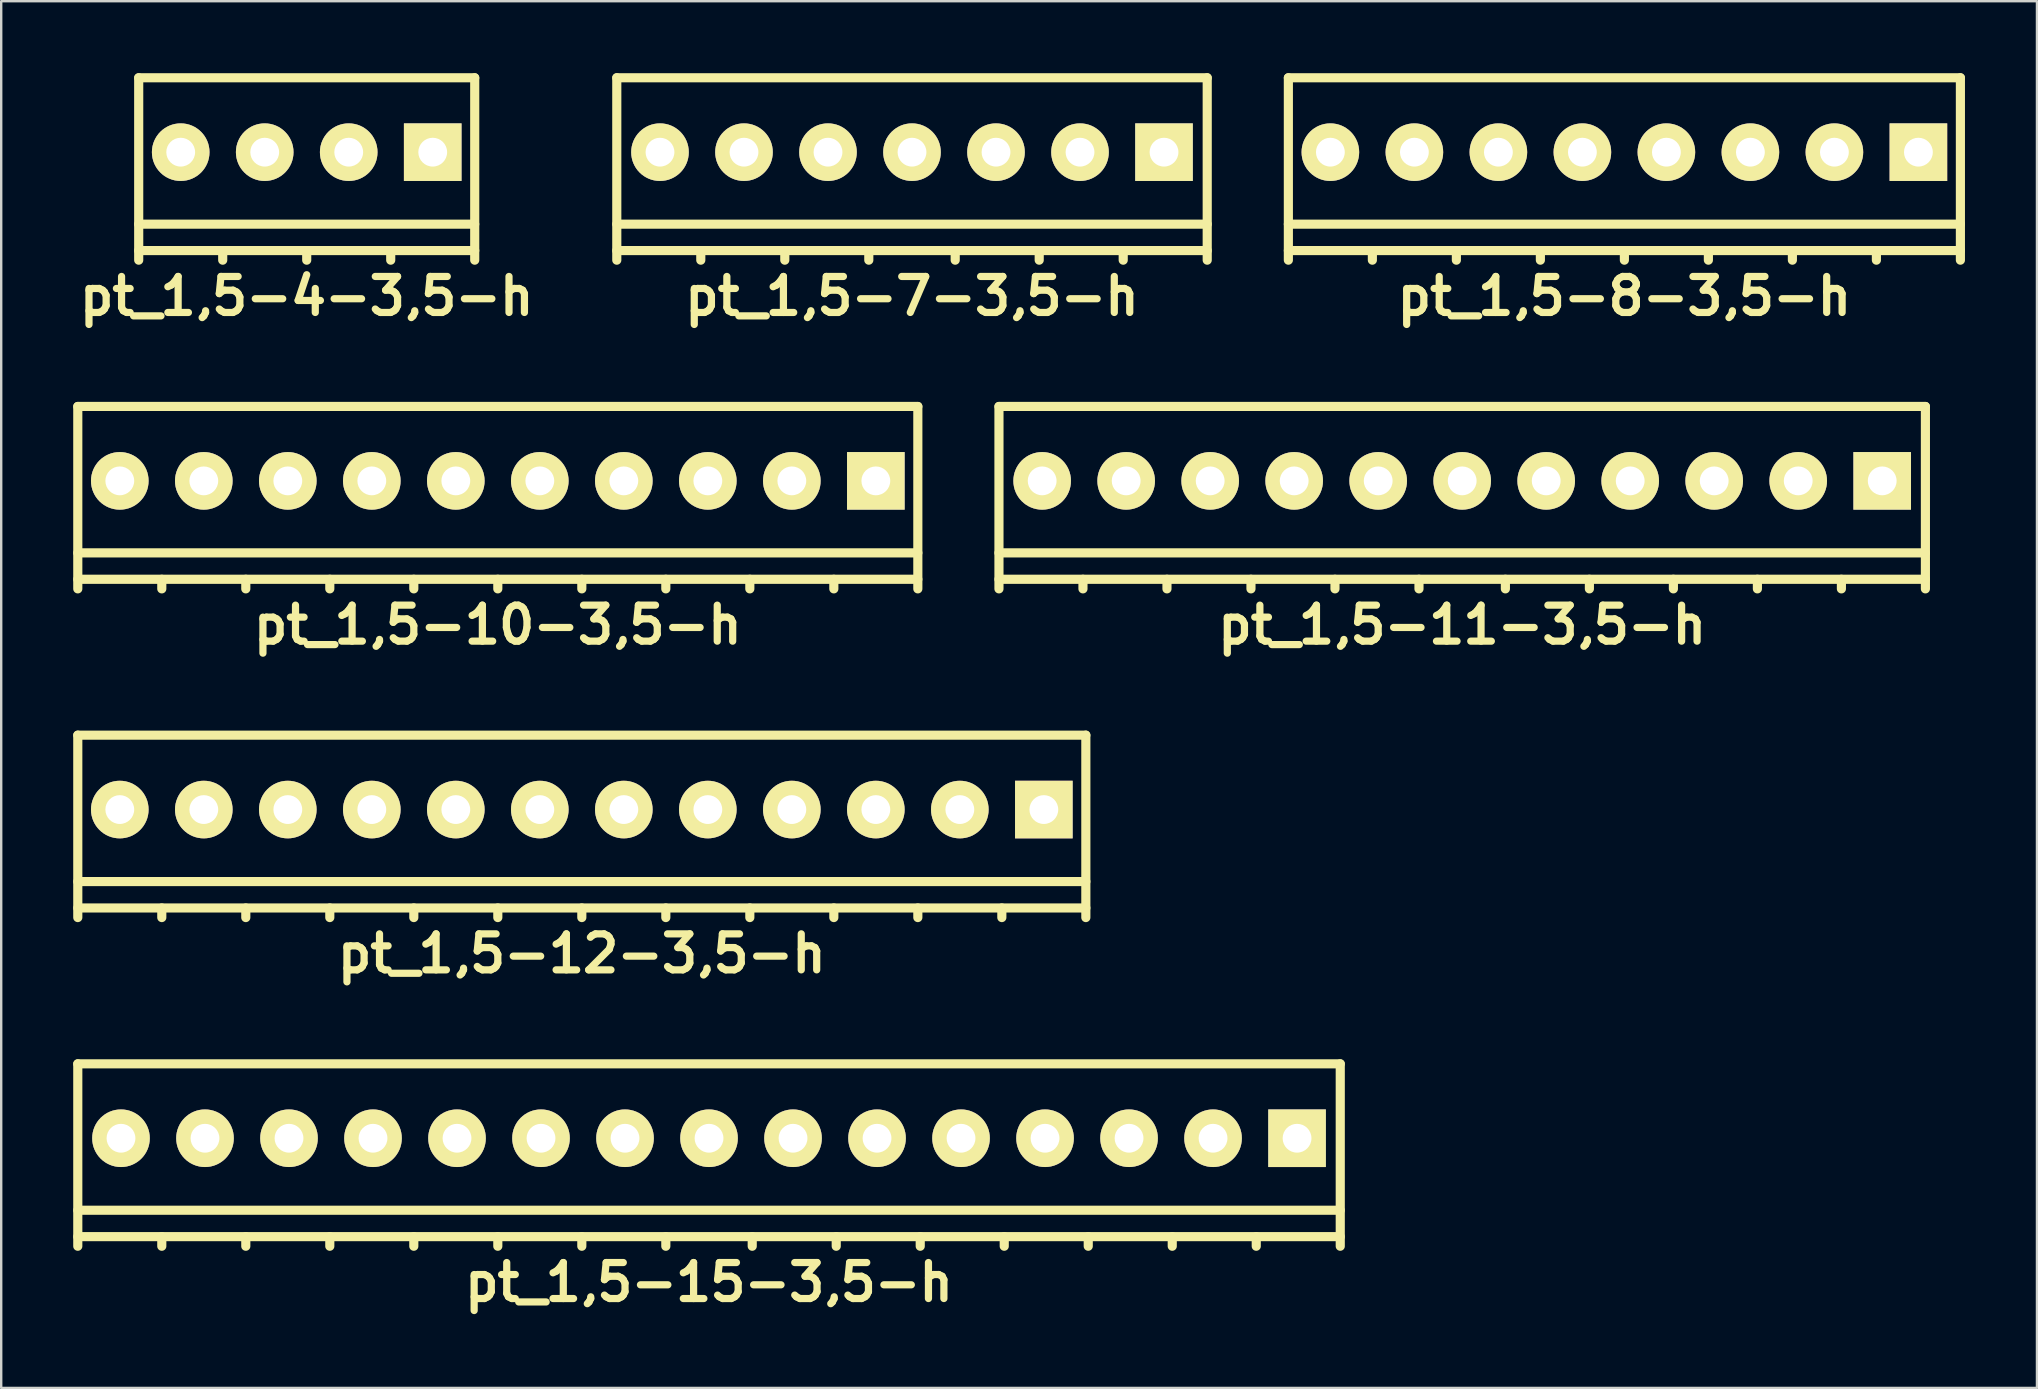
<source format=kicad_pcb>
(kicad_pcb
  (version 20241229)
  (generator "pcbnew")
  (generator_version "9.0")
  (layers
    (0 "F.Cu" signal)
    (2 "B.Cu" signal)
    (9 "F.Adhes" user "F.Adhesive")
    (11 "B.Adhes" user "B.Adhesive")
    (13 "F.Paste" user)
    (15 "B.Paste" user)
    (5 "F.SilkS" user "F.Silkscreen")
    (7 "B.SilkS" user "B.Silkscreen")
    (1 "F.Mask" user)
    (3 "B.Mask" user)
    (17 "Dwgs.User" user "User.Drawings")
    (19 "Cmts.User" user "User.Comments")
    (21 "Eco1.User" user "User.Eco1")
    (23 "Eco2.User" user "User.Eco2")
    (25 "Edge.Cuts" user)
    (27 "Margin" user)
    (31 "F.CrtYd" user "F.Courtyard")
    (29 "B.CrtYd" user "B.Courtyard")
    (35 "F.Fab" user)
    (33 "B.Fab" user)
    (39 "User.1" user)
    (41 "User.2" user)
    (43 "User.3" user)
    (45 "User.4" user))
  (footprint "pt_1,5-8-3,5-h"
    (layer "F.Cu")
    (at 64.629 3.99)
    (property "Reference" "pt_1,5-8-3,5-h" (at 0 5.3 0) (layer "F.SilkS") (effects (font (size 1.5 1.5) (thickness 0.3))))
    (attr through_hole)
    (fp_line (start -14 -3.8) (end -14 3.8) (stroke (width 0.381) (type solid)) (layer "F.SilkS"))
    (fp_line (start -14 2.3) (end 14 2.3) (stroke (width 0.381) (type solid)) (layer "F.SilkS"))
    (fp_line (start -14 3.4) (end 14 3.4) (stroke (width 0.381) (type solid)) (layer "F.SilkS"))
    (fp_line (start -10.5 3.4) (end -10.5 3.8) (stroke (width 0.381) (type solid)) (layer "F.SilkS"))
    (fp_line (start -7 3.4) (end -7 3.8) (stroke (width 0.381) (type solid)) (layer "F.SilkS"))
    (fp_line (start -3.5 3.4) (end -3.5 3.8) (stroke (width 0.381) (type solid)) (layer "F.SilkS"))
    (fp_line (start 0 3.4) (end 0 3.8) (stroke (width 0.381) (type solid)) (layer "F.SilkS"))
    (fp_line (start 3.5 3.4) (end 3.5 3.8) (stroke (width 0.381) (type solid)) (layer "F.SilkS"))
    (fp_line (start 7 3.4) (end 7 3.8) (stroke (width 0.381) (type solid)) (layer "F.SilkS"))
    (fp_line (start 10.5 3.4) (end 10.5 3.8) (stroke (width 0.381) (type solid)) (layer "F.SilkS"))
    (fp_line (start 14 -3.8) (end -14 -3.8) (stroke (width 0.381) (type solid)) (layer "F.SilkS"))
    (fp_line (start 14 3.8) (end 14 -3.8) (stroke (width 0.381) (type solid)) (layer "F.SilkS"))
    (pad "1" thru_hole rect (at 12.25 -0.7) (size 2.4 2.4) (drill 1.2) (layers "*.Cu" "*.Mask" "F.SilkS"))
    (pad "2" thru_hole circle (at 8.75 -0.7) (size 2.4 2.4) (drill 1.2) (layers "*.Cu" "*.Mask" "F.SilkS"))
    (pad "3" thru_hole circle (at 5.25 -0.7) (size 2.4 2.4) (drill 1.2) (layers "*.Cu" "*.Mask" "F.SilkS"))
    (pad "4" thru_hole circle (at 1.75 -0.7) (size 2.4 2.4) (drill 1.2) (layers "*.Cu" "*.Mask" "F.SilkS"))
    (pad "5" thru_hole circle (at -1.75 -0.7) (size 2.4 2.4) (drill 1.2) (layers "*.Cu" "*.Mask" "F.SilkS"))
    (pad "6" thru_hole circle (at -5.25 -0.7) (size 2.4 2.4) (drill 1.2) (layers "*.Cu" "*.Mask" "F.SilkS"))
    (pad "7" thru_hole circle (at -8.75 -0.7) (size 2.4 2.4) (drill 1.2) (layers "*.Cu" "*.Mask" "F.SilkS"))
    (pad "8" thru_hole circle (at -12.25 -0.7) (size 2.4 2.4) (drill 1.2) (layers "*.Cu" "*.Mask" "F.SilkS")))
  (footprint "pt_1,5-10-3,5-h"
    (layer "F.Cu")
    (at 17.691 17.685)
    (property "Reference" "pt_1,5-10-3,5-h" (at 0 5.3 0) (layer "F.SilkS") (effects (font (size 1.5 1.5) (thickness 0.3))))
    (attr through_hole)
    (fp_line (start -17.5 -3.8) (end -17.5 3.8) (stroke (width 0.381) (type solid)) (layer "F.SilkS"))
    (fp_line (start -17.5 2.3) (end 17.5 2.3) (stroke (width 0.381) (type solid)) (layer "F.SilkS"))
    (fp_line (start -17.5 3.4) (end 17.5 3.4) (stroke (width 0.381) (type solid)) (layer "F.SilkS"))
    (fp_line (start -14 3.4) (end -14 3.8) (stroke (width 0.381) (type solid)) (layer "F.SilkS"))
    (fp_line (start -10.5 3.4) (end -10.5 3.8) (stroke (width 0.381) (type solid)) (layer "F.SilkS"))
    (fp_line (start -7 3.4) (end -7 3.8) (stroke (width 0.381) (type solid)) (layer "F.SilkS"))
    (fp_line (start -3.5 3.4) (end -3.5 3.8) (stroke (width 0.381) (type solid)) (layer "F.SilkS"))
    (fp_line (start 0 3.4) (end 0 3.8) (stroke (width 0.381) (type solid)) (layer "F.SilkS"))
    (fp_line (start 3.5 3.4) (end 3.5 3.8) (stroke (width 0.381) (type solid)) (layer "F.SilkS"))
    (fp_line (start 7 3.4) (end 7 3.8) (stroke (width 0.381) (type solid)) (layer "F.SilkS"))
    (fp_line (start 10.5 3.4) (end 10.5 3.8) (stroke (width 0.381) (type solid)) (layer "F.SilkS"))
    (fp_line (start 14 3.4) (end 14 3.8) (stroke (width 0.381) (type solid)) (layer "F.SilkS"))
    (fp_line (start 17.5 -3.8) (end -17.5 -3.8) (stroke (width 0.381) (type solid)) (layer "F.SilkS"))
    (fp_line (start 17.5 3.8) (end 17.5 -3.8) (stroke (width 0.381) (type solid)) (layer "F.SilkS"))
    (pad "1" thru_hole rect (at 15.75 -0.7) (size 2.4 2.4) (drill 1.2) (layers "*.Cu" "*.Mask" "F.SilkS"))
    (pad "2" thru_hole circle (at 12.25 -0.7) (size 2.4 2.4) (drill 1.2) (layers "*.Cu" "*.Mask" "F.SilkS"))
    (pad "3" thru_hole circle (at 8.75 -0.7) (size 2.4 2.4) (drill 1.2) (layers "*.Cu" "*.Mask" "F.SilkS"))
    (pad "4" thru_hole circle (at 5.25 -0.7) (size 2.4 2.4) (drill 1.2) (layers "*.Cu" "*.Mask" "F.SilkS"))
    (pad "5" thru_hole circle (at 1.75 -0.7) (size 2.4 2.4) (drill 1.2) (layers "*.Cu" "*.Mask" "F.SilkS"))
    (pad "6" thru_hole circle (at -1.75 -0.7) (size 2.4 2.4) (drill 1.2) (layers "*.Cu" "*.Mask" "F.SilkS"))
    (pad "7" thru_hole circle (at -5.25 -0.7) (size 2.4 2.4) (drill 1.2) (layers "*.Cu" "*.Mask" "F.SilkS"))
    (pad "8" thru_hole circle (at -8.75 -0.7) (size 2.4 2.4) (drill 1.2) (layers "*.Cu" "*.Mask" "F.SilkS"))
    (pad "9" thru_hole circle (at -12.25 -0.7) (size 2.4 2.4) (drill 1.2) (layers "*.Cu" "*.Mask" "F.SilkS"))
    (pad "10" thru_hole circle (at -15.75 -0.7) (size 2.4 2.4) (drill 1.2) (layers "*.Cu" "*.Mask" "F.SilkS")))
  (footprint "pt_1,5-11-3,5-h"
    (layer "F.Cu")
    (at 57.871 17.685)
    (property "Reference" "pt_1,5-11-3,5-h" (at 0 5.3 0) (layer "F.SilkS") (effects (font (size 1.5 1.5) (thickness 0.3))))
    (attr through_hole)
    (fp_line (start -19.3 -3.8) (end -19.3 3.8) (stroke (width 0.381) (type solid)) (layer "F.SilkS"))
    (fp_line (start -19.3 2.3) (end 19.3 2.3) (stroke (width 0.381) (type solid)) (layer "F.SilkS"))
    (fp_line (start -19.3 3.4) (end 19.3 3.4) (stroke (width 0.381) (type solid)) (layer "F.SilkS"))
    (fp_line (start -15.8 3.4) (end -15.8 3.8) (stroke (width 0.381) (type solid)) (layer "F.SilkS"))
    (fp_line (start -12.3 3.4) (end -12.3 3.8) (stroke (width 0.381) (type solid)) (layer "F.SilkS"))
    (fp_line (start -8.8 3.4) (end -8.8 3.8) (stroke (width 0.381) (type solid)) (layer "F.SilkS"))
    (fp_line (start -5.3 3.4) (end -5.3 3.8) (stroke (width 0.381) (type solid)) (layer "F.SilkS"))
    (fp_line (start -1.8 3.4) (end -1.8 3.8) (stroke (width 0.381) (type solid)) (layer "F.SilkS"))
    (fp_line (start 1.8 3.4) (end 1.8 3.8) (stroke (width 0.381) (type solid)) (layer "F.SilkS"))
    (fp_line (start 5.3 3.4) (end 5.3 3.8) (stroke (width 0.381) (type solid)) (layer "F.SilkS"))
    (fp_line (start 8.8 3.4) (end 8.8 3.8) (stroke (width 0.381) (type solid)) (layer "F.SilkS"))
    (fp_line (start 12.3 3.4) (end 12.3 3.8) (stroke (width 0.381) (type solid)) (layer "F.SilkS"))
    (fp_line (start 15.8 3.4) (end 15.8 3.8) (stroke (width 0.381) (type solid)) (layer "F.SilkS"))
    (fp_line (start 19.3 -3.8) (end -19.3 -3.8) (stroke (width 0.381) (type solid)) (layer "F.SilkS"))
    (fp_line (start 19.3 3.8) (end 19.3 -3.8) (stroke (width 0.381) (type solid)) (layer "F.SilkS"))
    (pad "1" thru_hole rect (at 17.5 -0.7) (size 2.4 2.4) (drill 1.2) (layers "*.Cu" "*.Mask" "F.SilkS"))
    (pad "2" thru_hole circle (at 14 -0.7) (size 2.4 2.4) (drill 1.2) (layers "*.Cu" "*.Mask" "F.SilkS"))
    (pad "3" thru_hole circle (at 10.5 -0.7) (size 2.4 2.4) (drill 1.2) (layers "*.Cu" "*.Mask" "F.SilkS"))
    (pad "4" thru_hole circle (at 7 -0.7) (size 2.4 2.4) (drill 1.2) (layers "*.Cu" "*.Mask" "F.SilkS"))
    (pad "5" thru_hole circle (at 3.5 -0.7) (size 2.4 2.4) (drill 1.2) (layers "*.Cu" "*.Mask" "F.SilkS"))
    (pad "6" thru_hole circle (at 0 -0.7) (size 2.4 2.4) (drill 1.2) (layers "*.Cu" "*.Mask" "F.SilkS"))
    (pad "7" thru_hole circle (at -3.5 -0.7) (size 2.4 2.4) (drill 1.2) (layers "*.Cu" "*.Mask" "F.SilkS"))
    (pad "8" thru_hole circle (at -7 -0.7) (size 2.4 2.4) (drill 1.2) (layers "*.Cu" "*.Mask" "F.SilkS"))
    (pad "9" thru_hole circle (at -10.5 -0.7) (size 2.4 2.4) (drill 1.2) (layers "*.Cu" "*.Mask" "F.SilkS"))
    (pad "10" thru_hole circle (at -14 -0.7) (size 2.4 2.4) (drill 1.2) (layers "*.Cu" "*.Mask" "F.SilkS"))
    (pad "11" thru_hole circle (at -17.5 -0.7) (size 2.4 2.4) (drill 1.2) (layers "*.Cu" "*.Mask" "F.SilkS")))
  (footprint "pt_1,5-15-3,5-h"
    (layer "F.Cu")
    (at 26.491 45.074)
    (property "Reference" "pt_1,5-15-3,5-h" (at 0 5.3 0) (layer "F.SilkS") (effects (font (size 1.5 1.5) (thickness 0.3))))
    (attr through_hole)
    (fp_line (start -26.3 -3.8) (end -26.3 3.8) (stroke (width 0.381) (type solid)) (layer "F.SilkS"))
    (fp_line (start -26.3 2.3) (end 26.3 2.3) (stroke (width 0.381) (type solid)) (layer "F.SilkS"))
    (fp_line (start -26.3 3.4) (end 26.3 3.4) (stroke (width 0.381) (type solid)) (layer "F.SilkS"))
    (fp_line (start -22.8 3.4) (end -22.8 3.8) (stroke (width 0.381) (type solid)) (layer "F.SilkS"))
    (fp_line (start -19.3 3.4) (end -19.3 3.8) (stroke (width 0.381) (type solid)) (layer "F.SilkS"))
    (fp_line (start -15.8 3.4) (end -15.8 3.8) (stroke (width 0.381) (type solid)) (layer "F.SilkS"))
    (fp_line (start -12.3 3.4) (end -12.3 3.8) (stroke (width 0.381) (type solid)) (layer "F.SilkS"))
    (fp_line (start -8.8 3.4) (end -8.8 3.8) (stroke (width 0.381) (type solid)) (layer "F.SilkS"))
    (fp_line (start -5.3 3.4) (end -5.3 3.8) (stroke (width 0.381) (type solid)) (layer "F.SilkS"))
    (fp_line (start -1.8 3.4) (end -1.8 3.8) (stroke (width 0.381) (type solid)) (layer "F.SilkS"))
    (fp_line (start 1.8 3.4) (end 1.8 3.8) (stroke (width 0.381) (type solid)) (layer "F.SilkS"))
    (fp_line (start 5.3 3.4) (end 5.3 3.8) (stroke (width 0.381) (type solid)) (layer "F.SilkS"))
    (fp_line (start 8.8 3.4) (end 8.8 3.8) (stroke (width 0.381) (type solid)) (layer "F.SilkS"))
    (fp_line (start 12.3 3.4) (end 12.3 3.8) (stroke (width 0.381) (type solid)) (layer "F.SilkS"))
    (fp_line (start 15.8 3.4) (end 15.8 3.8) (stroke (width 0.381) (type solid)) (layer "F.SilkS"))
    (fp_line (start 19.3 3.4) (end 19.3 3.8) (stroke (width 0.381) (type solid)) (layer "F.SilkS"))
    (fp_line (start 22.8 3.4) (end 22.8 3.8) (stroke (width 0.381) (type solid)) (layer "F.SilkS"))
    (fp_line (start 26.3 -3.8) (end -26.3 -3.8) (stroke (width 0.381) (type solid)) (layer "F.SilkS"))
    (fp_line (start 26.3 3.8) (end 26.3 -3.8) (stroke (width 0.381) (type solid)) (layer "F.SilkS"))
    (pad "1" thru_hole rect (at 24.5 -0.7) (size 2.4 2.4) (drill 1.2) (layers "*.Cu" "*.Mask" "F.SilkS"))
    (pad "2" thru_hole circle (at 21 -0.7) (size 2.4 2.4) (drill 1.2) (layers "*.Cu" "*.Mask" "F.SilkS"))
    (pad "3" thru_hole circle (at 17.5 -0.7) (size 2.4 2.4) (drill 1.2) (layers "*.Cu" "*.Mask" "F.SilkS"))
    (pad "4" thru_hole circle (at 14 -0.7) (size 2.4 2.4) (drill 1.2) (layers "*.Cu" "*.Mask" "F.SilkS"))
    (pad "5" thru_hole circle (at 10.5 -0.7) (size 2.4 2.4) (drill 1.2) (layers "*.Cu" "*.Mask" "F.SilkS"))
    (pad "6" thru_hole circle (at 7 -0.7) (size 2.4 2.4) (drill 1.2) (layers "*.Cu" "*.Mask" "F.SilkS"))
    (pad "7" thru_hole circle (at 3.5 -0.7) (size 2.4 2.4) (drill 1.2) (layers "*.Cu" "*.Mask" "F.SilkS"))
    (pad "8" thru_hole circle (at 0 -0.7) (size 2.4 2.4) (drill 1.2) (layers "*.Cu" "*.Mask" "F.SilkS"))
    (pad "9" thru_hole circle (at -3.5 -0.7) (size 2.4 2.4) (drill 1.2) (layers "*.Cu" "*.Mask" "F.SilkS"))
    (pad "10" thru_hole circle (at -7 -0.7) (size 2.4 2.4) (drill 1.2) (layers "*.Cu" "*.Mask" "F.SilkS"))
    (pad "11" thru_hole circle (at -10.5 -0.7) (size 2.4 2.4) (drill 1.2) (layers "*.Cu" "*.Mask" "F.SilkS"))
    (pad "12" thru_hole circle (at -14 -0.7) (size 2.4 2.4) (drill 1.2) (layers "*.Cu" "*.Mask" "F.SilkS"))
    (pad "13" thru_hole circle (at -17.5 -0.7) (size 2.4 2.4) (drill 1.2) (layers "*.Cu" "*.Mask" "F.SilkS"))
    (pad "14" thru_hole circle (at -21 -0.7) (size 2.4 2.4) (drill 1.2) (layers "*.Cu" "*.Mask" "F.SilkS"))
    (pad "15" thru_hole circle (at -24.5 -0.7) (size 2.4 2.4) (drill 1.2) (layers "*.Cu" "*.Mask" "F.SilkS")))
  (footprint "pt_1,5-7-3,5-h"
    (layer "F.Cu")
    (at 34.948 3.99)
    (property "Reference" "pt_1,5-7-3,5-h" (at 0 5.3 0) (layer "F.SilkS") (effects (font (size 1.5 1.5) (thickness 0.3))))
    (attr through_hole)
    (fp_line (start -12.3 -3.8) (end -12.3 3.8) (stroke (width 0.381) (type solid)) (layer "F.SilkS"))
    (fp_line (start -12.3 2.3) (end 12.3 2.3) (stroke (width 0.381) (type solid)) (layer "F.SilkS"))
    (fp_line (start -12.3 3.4) (end 12.3 3.4) (stroke (width 0.381) (type solid)) (layer "F.SilkS"))
    (fp_line (start -8.8 3.4) (end -8.8 3.8) (stroke (width 0.381) (type solid)) (layer "F.SilkS"))
    (fp_line (start -5.3 3.4) (end -5.3 3.8) (stroke (width 0.381) (type solid)) (layer "F.SilkS"))
    (fp_line (start -1.8 3.4) (end -1.8 3.8) (stroke (width 0.381) (type solid)) (layer "F.SilkS"))
    (fp_line (start 1.8 3.4) (end 1.8 3.8) (stroke (width 0.381) (type solid)) (layer "F.SilkS"))
    (fp_line (start 5.3 3.4) (end 5.3 3.8) (stroke (width 0.381) (type solid)) (layer "F.SilkS"))
    (fp_line (start 8.8 3.4) (end 8.8 3.8) (stroke (width 0.381) (type solid)) (layer "F.SilkS"))
    (fp_line (start 12.3 -3.8) (end -12.3 -3.8) (stroke (width 0.381) (type solid)) (layer "F.SilkS"))
    (fp_line (start 12.3 3.8) (end 12.3 -3.8) (stroke (width 0.381) (type solid)) (layer "F.SilkS"))
    (pad "1" thru_hole rect (at 10.5 -0.7) (size 2.4 2.4) (drill 1.2) (layers "*.Cu" "*.Mask" "F.SilkS"))
    (pad "2" thru_hole circle (at 7 -0.7) (size 2.4 2.4) (drill 1.2) (layers "*.Cu" "*.Mask" "F.SilkS"))
    (pad "3" thru_hole circle (at 3.5 -0.7) (size 2.4 2.4) (drill 1.2) (layers "*.Cu" "*.Mask" "F.SilkS"))
    (pad "4" thru_hole circle (at 0 -0.7) (size 2.4 2.4) (drill 1.2) (layers "*.Cu" "*.Mask" "F.SilkS"))
    (pad "5" thru_hole circle (at -3.5 -0.7) (size 2.4 2.4) (drill 1.2) (layers "*.Cu" "*.Mask" "F.SilkS"))
    (pad "6" thru_hole circle (at -7 -0.7) (size 2.4 2.4) (drill 1.2) (layers "*.Cu" "*.Mask" "F.SilkS"))
    (pad "7" thru_hole circle (at -10.5 -0.7) (size 2.4 2.4) (drill 1.2) (layers "*.Cu" "*.Mask" "F.SilkS")))
  (footprint "pt_1,5-4-3,5-h"
    (layer "F.Cu")
    (at 9.729 3.99)
    (property "Reference" "pt_1,5-4-3,5-h" (at 0 5.3 0) (layer "F.SilkS") (effects (font (size 1.5 1.5) (thickness 0.3))))
    (attr through_hole)
    (fp_line (start -7 -3.8) (end -7 3.8) (stroke (width 0.381) (type solid)) (layer "F.SilkS"))
    (fp_line (start -7 2.3) (end 7 2.3) (stroke (width 0.381) (type solid)) (layer "F.SilkS"))
    (fp_line (start -7 3.4) (end 7 3.4) (stroke (width 0.381) (type solid)) (layer "F.SilkS"))
    (fp_line (start -3.5 3.4) (end -3.5 3.8) (stroke (width 0.381) (type solid)) (layer "F.SilkS"))
    (fp_line (start 0 3.4) (end 0 3.8) (stroke (width 0.381) (type solid)) (layer "F.SilkS"))
    (fp_line (start 3.5 3.4) (end 3.5 3.8) (stroke (width 0.381) (type solid)) (layer "F.SilkS"))
    (fp_line (start 7 -3.8) (end -7 -3.8) (stroke (width 0.381) (type solid)) (layer "F.SilkS"))
    (fp_line (start 7 3.8) (end 7 -3.8) (stroke (width 0.381) (type solid)) (layer "F.SilkS"))
    (pad "1" thru_hole rect (at 5.25 -0.7) (size 2.4 2.4) (drill 1.2) (layers "*.Cu" "*.Mask" "F.SilkS"))
    (pad "2" thru_hole circle (at 1.75 -0.7) (size 2.4 2.4) (drill 1.2) (layers "*.Cu" "*.Mask" "F.SilkS"))
    (pad "3" thru_hole circle (at -1.75 -0.7) (size 2.4 2.4) (drill 1.2) (layers "*.Cu" "*.Mask" "F.SilkS"))
    (pad "4" thru_hole circle (at -5.25 -0.7) (size 2.4 2.4) (drill 1.2) (layers "*.Cu" "*.Mask" "F.SilkS")))
  (footprint "pt_1,5-12-3,5-h"
    (layer "F.Cu")
    (at 21.191 31.38)
    (property "Reference" "pt_1,5-12-3,5-h" (at 0 5.3 0) (layer "F.SilkS") (effects (font (size 1.5 1.5) (thickness 0.3))))
    (attr through_hole)
    (fp_line (start -21 -3.8) (end -21 3.8) (stroke (width 0.381) (type solid)) (layer "F.SilkS"))
    (fp_line (start -21 2.3) (end 21 2.3) (stroke (width 0.381) (type solid)) (layer "F.SilkS"))
    (fp_line (start -21 3.4) (end 21 3.4) (stroke (width 0.381) (type solid)) (layer "F.SilkS"))
    (fp_line (start -17.5 3.4) (end -17.5 3.8) (stroke (width 0.381) (type solid)) (layer "F.SilkS"))
    (fp_line (start -14 3.4) (end -14 3.8) (stroke (width 0.381) (type solid)) (layer "F.SilkS"))
    (fp_line (start -10.5 3.4) (end -10.5 3.8) (stroke (width 0.381) (type solid)) (layer "F.SilkS"))
    (fp_line (start -7 3.4) (end -7 3.8) (stroke (width 0.381) (type solid)) (layer "F.SilkS"))
    (fp_line (start -3.5 3.4) (end -3.5 3.8) (stroke (width 0.381) (type solid)) (layer "F.SilkS"))
    (fp_line (start 0 3.4) (end 0 3.8) (stroke (width 0.381) (type solid)) (layer "F.SilkS"))
    (fp_line (start 3.5 3.4) (end 3.5 3.8) (stroke (width 0.381) (type solid)) (layer "F.SilkS"))
    (fp_line (start 7 3.4) (end 7 3.8) (stroke (width 0.381) (type solid)) (layer "F.SilkS"))
    (fp_line (start 10.5 3.4) (end 10.5 3.8) (stroke (width 0.381) (type solid)) (layer "F.SilkS"))
    (fp_line (start 14 3.4) (end 14 3.8) (stroke (width 0.381) (type solid)) (layer "F.SilkS"))
    (fp_line (start 17.5 3.4) (end 17.5 3.8) (stroke (width 0.381) (type solid)) (layer "F.SilkS"))
    (fp_line (start 21 -3.8) (end -21 -3.8) (stroke (width 0.381) (type solid)) (layer "F.SilkS"))
    (fp_line (start 21 3.8) (end 21 -3.8) (stroke (width 0.381) (type solid)) (layer "F.SilkS"))
    (pad "1" thru_hole rect (at 19.25 -0.7) (size 2.4 2.4) (drill 1.2) (layers "*.Cu" "*.Mask" "F.SilkS"))
    (pad "2" thru_hole circle (at 15.75 -0.7) (size 2.4 2.4) (drill 1.2) (layers "*.Cu" "*.Mask" "F.SilkS"))
    (pad "3" thru_hole circle (at 12.25 -0.7) (size 2.4 2.4) (drill 1.2) (layers "*.Cu" "*.Mask" "F.SilkS"))
    (pad "4" thru_hole circle (at 8.75 -0.7) (size 2.4 2.4) (drill 1.2) (layers "*.Cu" "*.Mask" "F.SilkS"))
    (pad "5" thru_hole circle (at 5.25 -0.7) (size 2.4 2.4) (drill 1.2) (layers "*.Cu" "*.Mask" "F.SilkS"))
    (pad "6" thru_hole circle (at 1.75 -0.7) (size 2.4 2.4) (drill 1.2) (layers "*.Cu" "*.Mask" "F.SilkS"))
    (pad "7" thru_hole circle (at -1.75 -0.7) (size 2.4 2.4) (drill 1.2) (layers "*.Cu" "*.Mask" "F.SilkS"))
    (pad "8" thru_hole circle (at -5.25 -0.7) (size 2.4 2.4) (drill 1.2) (layers "*.Cu" "*.Mask" "F.SilkS"))
    (pad "9" thru_hole circle (at -8.75 -0.7) (size 2.4 2.4) (drill 1.2) (layers "*.Cu" "*.Mask" "F.SilkS"))
    (pad "10" thru_hole circle (at -12.25 -0.7) (size 2.4 2.4) (drill 1.2) (layers "*.Cu" "*.Mask" "F.SilkS"))
    (pad "11" thru_hole circle (at -15.75 -0.7) (size 2.4 2.4) (drill 1.2) (layers "*.Cu" "*.Mask" "F.SilkS"))
    (pad "12" thru_hole circle (at -19.25 -0.7) (size 2.4 2.4) (drill 1.2) (layers "*.Cu" "*.Mask" "F.SilkS")))
  (gr_rect
    (start -3 -3)
    (end 81.819 54.778)
    (stroke (width 0.1) (type default))
    (fill no)
    (layer "Edge.Cuts")))
</source>
